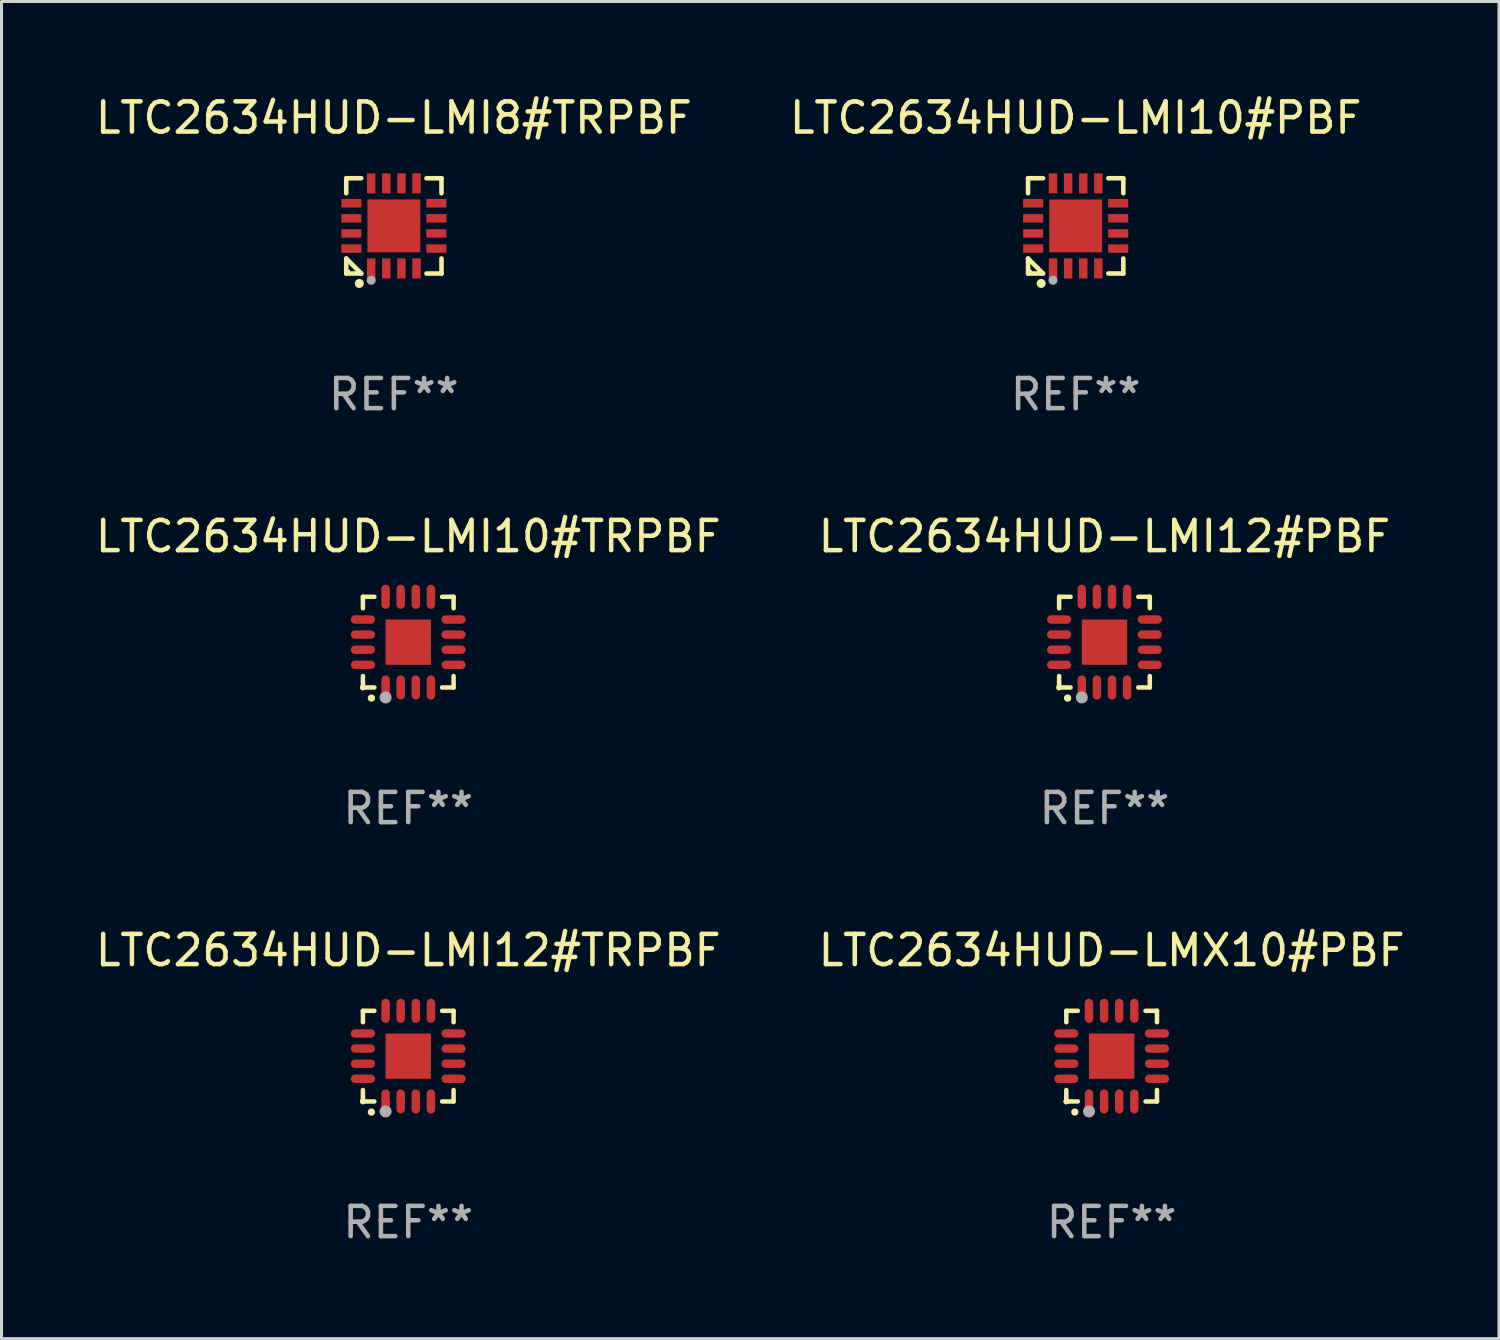
<source format=kicad_pcb>
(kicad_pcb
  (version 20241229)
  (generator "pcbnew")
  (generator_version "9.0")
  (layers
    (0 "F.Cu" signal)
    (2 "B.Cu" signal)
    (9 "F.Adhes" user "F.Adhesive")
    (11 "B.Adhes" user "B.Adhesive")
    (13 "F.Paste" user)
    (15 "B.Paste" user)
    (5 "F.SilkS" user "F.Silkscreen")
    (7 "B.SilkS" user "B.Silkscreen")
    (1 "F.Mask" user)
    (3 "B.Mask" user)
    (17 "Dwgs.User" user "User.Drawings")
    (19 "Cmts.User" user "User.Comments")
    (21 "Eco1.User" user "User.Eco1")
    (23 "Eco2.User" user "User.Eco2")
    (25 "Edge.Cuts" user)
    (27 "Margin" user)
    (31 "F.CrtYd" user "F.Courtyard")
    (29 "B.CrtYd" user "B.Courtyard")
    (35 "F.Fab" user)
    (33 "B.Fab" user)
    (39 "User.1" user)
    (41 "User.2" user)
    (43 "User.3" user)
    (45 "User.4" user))
  (footprint "LTC2634HUD-LMI12#TRPBF"
    (layer "F.Cu")
    (at 10.458 31.895)
    (property "Reference" "LTC2634HUD-LMI12#TRPBF" (at 0 -3.5 0) (layer "F.SilkS") (effects (font (size 1 1) (thickness 0.15))))
    (attr through_hole)
    (fp_line (start -1.5 -1.5) (end -1.121 -1.5) (stroke (width 0.15) (type solid)) (layer "F.SilkS"))
    (fp_line (start -1.5 -1.122) (end -1.5 -1.5) (stroke (width 0.15) (type solid)) (layer "F.SilkS"))
    (fp_line (start -1.5 1.5) (end -1.5 1.121) (stroke (width 0.15) (type solid)) (layer "F.SilkS"))
    (fp_line (start -1.121 1.5) (end -1.5 1.5) (stroke (width 0.15) (type solid)) (layer "F.SilkS"))
    (fp_line (start 1.121 -1.5) (end 1.5 -1.5) (stroke (width 0.15) (type solid)) (layer "F.SilkS"))
    (fp_line (start 1.5 -1.5) (end 1.5 -1.122) (stroke (width 0.15) (type solid)) (layer "F.SilkS"))
    (fp_line (start 1.5 1.121) (end 1.5 1.5) (stroke (width 0.15) (type solid)) (layer "F.SilkS"))
    (fp_line (start 1.5 1.5) (end 1.121 1.5) (stroke (width 0.15) (type solid)) (layer "F.SilkS"))
    (fp_arc (start -1.219926 1.850254) (mid -1.21891 1.85025) (end -1.217894 1.850254) (stroke (width 0.240005) (type solid)) (layer "F.SilkS"))
    (fp_circle (center -1.5 1.5) (end -1.45 1.5) (stroke (width 0.1) (type solid)) (fill no) (layer "F.SilkS"))
    (fp_circle (center -0.75 1.83) (end -0.65 1.83) (stroke (width 0.2) (type solid)) (fill no) (layer "F.Fab"))
    (fp_text user "REF**" (at 0 5.5 0) (layer "F.Fab") (effects (font (size 1 1) (thickness 0.15))))
    (pad "1" smd oval (at -0.75 1.5) (size 0.28 0.8) (layers "F.Cu" "F.Mask" "F.Paste"))
    (pad "2" smd oval (at -0.25 1.5) (size 0.28 0.8) (layers "F.Cu" "F.Mask" "F.Paste"))
    (pad "3" smd oval (at 0.25 1.5) (size 0.28 0.8) (layers "F.Cu" "F.Mask" "F.Paste"))
    (pad "4" smd oval (at 0.75 1.5) (size 0.28 0.8) (layers "F.Cu" "F.Mask" "F.Paste"))
    (pad "5" smd oval (at 1.5 0.75) (size 0.8 0.28) (layers "F.Cu" "F.Mask" "F.Paste"))
    (pad "6" smd oval (at 1.5 0.25) (size 0.8 0.28) (layers "F.Cu" "F.Mask" "F.Paste"))
    (pad "7" smd oval (at 1.5 -0.25) (size 0.8 0.28) (layers "F.Cu" "F.Mask" "F.Paste"))
    (pad "8" smd oval (at 1.5 -0.75) (size 0.8 0.28) (layers "F.Cu" "F.Mask" "F.Paste"))
    (pad "9" smd oval (at 0.75 -1.5) (size 0.28 0.8) (layers "F.Cu" "F.Mask" "F.Paste"))
    (pad "10" smd oval (at 0.25 -1.5) (size 0.28 0.8) (layers "F.Cu" "F.Mask" "F.Paste"))
    (pad "11" smd oval (at -0.25 -1.5) (size 0.28 0.8) (layers "F.Cu" "F.Mask" "F.Paste"))
    (pad "12" smd oval (at -0.75 -1.5) (size 0.28 0.8) (layers "F.Cu" "F.Mask" "F.Paste"))
    (pad "13" smd oval (at -1.5 -0.75) (size 0.8 0.28) (layers "F.Cu" "F.Mask" "F.Paste"))
    (pad "14" smd oval (at -1.5 -0.25) (size 0.8 0.28) (layers "F.Cu" "F.Mask" "F.Paste"))
    (pad "15" smd oval (at -1.5 0.25) (size 0.8 0.28) (layers "F.Cu" "F.Mask" "F.Paste"))
    (pad "16" smd oval (at -1.5 0.75) (size 0.8 0.28) (layers "F.Cu" "F.Mask" "F.Paste"))
    (pad "17" smd rect (at -0.000064 0.000165) (size 1.5 1.5) (layers "F.Cu" "F.Mask" "F.Paste")))
  (footprint "LTC2634HUD-LMI10#TRPBF"
    (layer "F.Cu")
    (at 10.458 18.197)
    (property "Reference" "LTC2634HUD-LMI10#TRPBF" (at 0 -3.5 0) (layer "F.SilkS") (effects (font (size 1 1) (thickness 0.15))))
    (attr through_hole)
    (fp_line (start -1.5 -1.5) (end -1.121 -1.5) (stroke (width 0.15) (type solid)) (layer "F.SilkS"))
    (fp_line (start -1.5 -1.122) (end -1.5 -1.5) (stroke (width 0.15) (type solid)) (layer "F.SilkS"))
    (fp_line (start -1.5 1.5) (end -1.5 1.121) (stroke (width 0.15) (type solid)) (layer "F.SilkS"))
    (fp_line (start -1.121 1.5) (end -1.5 1.5) (stroke (width 0.15) (type solid)) (layer "F.SilkS"))
    (fp_line (start 1.121 -1.5) (end 1.5 -1.5) (stroke (width 0.15) (type solid)) (layer "F.SilkS"))
    (fp_line (start 1.5 -1.5) (end 1.5 -1.122) (stroke (width 0.15) (type solid)) (layer "F.SilkS"))
    (fp_line (start 1.5 1.121) (end 1.5 1.5) (stroke (width 0.15) (type solid)) (layer "F.SilkS"))
    (fp_line (start 1.5 1.5) (end 1.121 1.5) (stroke (width 0.15) (type solid)) (layer "F.SilkS"))
    (fp_arc (start -1.219926 1.850254) (mid -1.21891 1.85025) (end -1.217894 1.850254) (stroke (width 0.240005) (type solid)) (layer "F.SilkS"))
    (fp_circle (center -1.5 1.5) (end -1.45 1.5) (stroke (width 0.1) (type solid)) (fill no) (layer "F.SilkS"))
    (fp_circle (center -0.75 1.83) (end -0.65 1.83) (stroke (width 0.2) (type solid)) (fill no) (layer "F.Fab"))
    (fp_text user "REF**" (at 0 5.5 0) (layer "F.Fab") (effects (font (size 1 1) (thickness 0.15))))
    (pad "1" smd oval (at -0.75 1.5) (size 0.28 0.8) (layers "F.Cu" "F.Mask" "F.Paste"))
    (pad "2" smd oval (at -0.25 1.5) (size 0.28 0.8) (layers "F.Cu" "F.Mask" "F.Paste"))
    (pad "3" smd oval (at 0.25 1.5) (size 0.28 0.8) (layers "F.Cu" "F.Mask" "F.Paste"))
    (pad "4" smd oval (at 0.75 1.5) (size 0.28 0.8) (layers "F.Cu" "F.Mask" "F.Paste"))
    (pad "5" smd oval (at 1.5 0.75) (size 0.8 0.28) (layers "F.Cu" "F.Mask" "F.Paste"))
    (pad "6" smd oval (at 1.5 0.25) (size 0.8 0.28) (layers "F.Cu" "F.Mask" "F.Paste"))
    (pad "7" smd oval (at 1.5 -0.25) (size 0.8 0.28) (layers "F.Cu" "F.Mask" "F.Paste"))
    (pad "8" smd oval (at 1.5 -0.75) (size 0.8 0.28) (layers "F.Cu" "F.Mask" "F.Paste"))
    (pad "9" smd oval (at 0.75 -1.5) (size 0.28 0.8) (layers "F.Cu" "F.Mask" "F.Paste"))
    (pad "10" smd oval (at 0.25 -1.5) (size 0.28 0.8) (layers "F.Cu" "F.Mask" "F.Paste"))
    (pad "11" smd oval (at -0.25 -1.5) (size 0.28 0.8) (layers "F.Cu" "F.Mask" "F.Paste"))
    (pad "12" smd oval (at -0.75 -1.5) (size 0.28 0.8) (layers "F.Cu" "F.Mask" "F.Paste"))
    (pad "13" smd oval (at -1.5 -0.75) (size 0.8 0.28) (layers "F.Cu" "F.Mask" "F.Paste"))
    (pad "14" smd oval (at -1.5 -0.25) (size 0.8 0.28) (layers "F.Cu" "F.Mask" "F.Paste"))
    (pad "15" smd oval (at -1.5 0.25) (size 0.8 0.28) (layers "F.Cu" "F.Mask" "F.Paste"))
    (pad "16" smd oval (at -1.5 0.75) (size 0.8 0.28) (layers "F.Cu" "F.Mask" "F.Paste"))
    (pad "17" smd rect (at -0.000064 0.000165) (size 1.5 1.5) (layers "F.Cu" "F.Mask" "F.Paste")))
  (footprint "LTC2634HUD-LMX10#PBF"
    (layer "F.Cu")
    (at 33.732 31.895)
    (property "Reference" "LTC2634HUD-LMX10#PBF" (at 0 -3.5 0) (layer "F.SilkS") (effects (font (size 1 1) (thickness 0.15))))
    (attr through_hole)
    (fp_line (start -1.5 -1.5) (end -1.121 -1.5) (stroke (width 0.15) (type solid)) (layer "F.SilkS"))
    (fp_line (start -1.5 -1.122) (end -1.5 -1.5) (stroke (width 0.15) (type solid)) (layer "F.SilkS"))
    (fp_line (start -1.5 1.5) (end -1.5 1.121) (stroke (width 0.15) (type solid)) (layer "F.SilkS"))
    (fp_line (start -1.121 1.5) (end -1.5 1.5) (stroke (width 0.15) (type solid)) (layer "F.SilkS"))
    (fp_line (start 1.121 -1.5) (end 1.5 -1.5) (stroke (width 0.15) (type solid)) (layer "F.SilkS"))
    (fp_line (start 1.5 -1.5) (end 1.5 -1.122) (stroke (width 0.15) (type solid)) (layer "F.SilkS"))
    (fp_line (start 1.5 1.121) (end 1.5 1.5) (stroke (width 0.15) (type solid)) (layer "F.SilkS"))
    (fp_line (start 1.5 1.5) (end 1.121 1.5) (stroke (width 0.15) (type solid)) (layer "F.SilkS"))
    (fp_arc (start -1.219926 1.850254) (mid -1.21891 1.85025) (end -1.217894 1.850254) (stroke (width 0.240005) (type solid)) (layer "F.SilkS"))
    (fp_circle (center -1.5 1.5) (end -1.45 1.5) (stroke (width 0.1) (type solid)) (fill no) (layer "F.SilkS"))
    (fp_circle (center -0.75 1.83) (end -0.65 1.83) (stroke (width 0.2) (type solid)) (fill no) (layer "F.Fab"))
    (fp_text user "REF**" (at 0 5.5 0) (layer "F.Fab") (effects (font (size 1 1) (thickness 0.15))))
    (pad "1" smd oval (at -0.75 1.5) (size 0.28 0.8) (layers "F.Cu" "F.Mask" "F.Paste"))
    (pad "2" smd oval (at -0.25 1.5) (size 0.28 0.8) (layers "F.Cu" "F.Mask" "F.Paste"))
    (pad "3" smd oval (at 0.25 1.5) (size 0.28 0.8) (layers "F.Cu" "F.Mask" "F.Paste"))
    (pad "4" smd oval (at 0.75 1.5) (size 0.28 0.8) (layers "F.Cu" "F.Mask" "F.Paste"))
    (pad "5" smd oval (at 1.5 0.75) (size 0.8 0.28) (layers "F.Cu" "F.Mask" "F.Paste"))
    (pad "6" smd oval (at 1.5 0.25) (size 0.8 0.28) (layers "F.Cu" "F.Mask" "F.Paste"))
    (pad "7" smd oval (at 1.5 -0.25) (size 0.8 0.28) (layers "F.Cu" "F.Mask" "F.Paste"))
    (pad "8" smd oval (at 1.5 -0.75) (size 0.8 0.28) (layers "F.Cu" "F.Mask" "F.Paste"))
    (pad "9" smd oval (at 0.75 -1.5) (size 0.28 0.8) (layers "F.Cu" "F.Mask" "F.Paste"))
    (pad "10" smd oval (at 0.25 -1.5) (size 0.28 0.8) (layers "F.Cu" "F.Mask" "F.Paste"))
    (pad "11" smd oval (at -0.25 -1.5) (size 0.28 0.8) (layers "F.Cu" "F.Mask" "F.Paste"))
    (pad "12" smd oval (at -0.75 -1.5) (size 0.28 0.8) (layers "F.Cu" "F.Mask" "F.Paste"))
    (pad "13" smd oval (at -1.5 -0.75) (size 0.8 0.28) (layers "F.Cu" "F.Mask" "F.Paste"))
    (pad "14" smd oval (at -1.5 -0.25) (size 0.8 0.28) (layers "F.Cu" "F.Mask" "F.Paste"))
    (pad "15" smd oval (at -1.5 0.25) (size 0.8 0.28) (layers "F.Cu" "F.Mask" "F.Paste"))
    (pad "16" smd oval (at -1.5 0.75) (size 0.8 0.28) (layers "F.Cu" "F.Mask" "F.Paste"))
    (pad "17" smd rect (at -0.000064 0.000165) (size 1.5 1.5) (layers "F.Cu" "F.Mask" "F.Paste")))
  (footprint "LTC2634HUD-LMI12#PBF"
    (layer "F.Cu")
    (at 33.494 18.197)
    (property "Reference" "LTC2634HUD-LMI12#PBF" (at 0 -3.5 0) (layer "F.SilkS") (effects (font (size 1 1) (thickness 0.15))))
    (attr through_hole)
    (fp_line (start -1.5 -1.5) (end -1.121 -1.5) (stroke (width 0.15) (type solid)) (layer "F.SilkS"))
    (fp_line (start -1.5 -1.122) (end -1.5 -1.5) (stroke (width 0.15) (type solid)) (layer "F.SilkS"))
    (fp_line (start -1.5 1.5) (end -1.5 1.121) (stroke (width 0.15) (type solid)) (layer "F.SilkS"))
    (fp_line (start -1.121 1.5) (end -1.5 1.5) (stroke (width 0.15) (type solid)) (layer "F.SilkS"))
    (fp_line (start 1.121 -1.5) (end 1.5 -1.5) (stroke (width 0.15) (type solid)) (layer "F.SilkS"))
    (fp_line (start 1.5 -1.5) (end 1.5 -1.122) (stroke (width 0.15) (type solid)) (layer "F.SilkS"))
    (fp_line (start 1.5 1.121) (end 1.5 1.5) (stroke (width 0.15) (type solid)) (layer "F.SilkS"))
    (fp_line (start 1.5 1.5) (end 1.121 1.5) (stroke (width 0.15) (type solid)) (layer "F.SilkS"))
    (fp_arc (start -1.219926 1.850254) (mid -1.21891 1.85025) (end -1.217894 1.850254) (stroke (width 0.240005) (type solid)) (layer "F.SilkS"))
    (fp_circle (center -1.5 1.5) (end -1.45 1.5) (stroke (width 0.1) (type solid)) (fill no) (layer "F.SilkS"))
    (fp_circle (center -0.75 1.83) (end -0.65 1.83) (stroke (width 0.2) (type solid)) (fill no) (layer "F.Fab"))
    (fp_text user "REF**" (at 0 5.5 0) (layer "F.Fab") (effects (font (size 1 1) (thickness 0.15))))
    (pad "1" smd oval (at -0.75 1.5) (size 0.28 0.8) (layers "F.Cu" "F.Mask" "F.Paste"))
    (pad "2" smd oval (at -0.25 1.5) (size 0.28 0.8) (layers "F.Cu" "F.Mask" "F.Paste"))
    (pad "3" smd oval (at 0.25 1.5) (size 0.28 0.8) (layers "F.Cu" "F.Mask" "F.Paste"))
    (pad "4" smd oval (at 0.75 1.5) (size 0.28 0.8) (layers "F.Cu" "F.Mask" "F.Paste"))
    (pad "5" smd oval (at 1.5 0.75) (size 0.8 0.28) (layers "F.Cu" "F.Mask" "F.Paste"))
    (pad "6" smd oval (at 1.5 0.25) (size 0.8 0.28) (layers "F.Cu" "F.Mask" "F.Paste"))
    (pad "7" smd oval (at 1.5 -0.25) (size 0.8 0.28) (layers "F.Cu" "F.Mask" "F.Paste"))
    (pad "8" smd oval (at 1.5 -0.75) (size 0.8 0.28) (layers "F.Cu" "F.Mask" "F.Paste"))
    (pad "9" smd oval (at 0.75 -1.5) (size 0.28 0.8) (layers "F.Cu" "F.Mask" "F.Paste"))
    (pad "10" smd oval (at 0.25 -1.5) (size 0.28 0.8) (layers "F.Cu" "F.Mask" "F.Paste"))
    (pad "11" smd oval (at -0.25 -1.5) (size 0.28 0.8) (layers "F.Cu" "F.Mask" "F.Paste"))
    (pad "12" smd oval (at -0.75 -1.5) (size 0.28 0.8) (layers "F.Cu" "F.Mask" "F.Paste"))
    (pad "13" smd oval (at -1.5 -0.75) (size 0.8 0.28) (layers "F.Cu" "F.Mask" "F.Paste"))
    (pad "14" smd oval (at -1.5 -0.25) (size 0.8 0.28) (layers "F.Cu" "F.Mask" "F.Paste"))
    (pad "15" smd oval (at -1.5 0.25) (size 0.8 0.28) (layers "F.Cu" "F.Mask" "F.Paste"))
    (pad "16" smd oval (at -1.5 0.75) (size 0.8 0.28) (layers "F.Cu" "F.Mask" "F.Paste"))
    (pad "17" smd rect (at -0.000064 0.000165) (size 1.5 1.5) (layers "F.Cu" "F.Mask" "F.Paste")))
  (footprint "LTC2634HUD-LMI10#PBF"
    (layer "F.Cu")
    (at 32.542 4.424)
    (property "Reference" "LTC2634HUD-LMI10#PBF" (at 0 -3.576 0) (layer "F.SilkS") (effects (font (size 1 1) (thickness 0.15))))
    (attr through_hole)
    (fp_line (start -1.576 -1.576) (end -1.08 -1.576) (stroke (width 0.152) (type solid)) (layer "F.SilkS"))
    (fp_line (start -1.576 -1.08) (end -1.576 -1.576) (stroke (width 0.152) (type solid)) (layer "F.SilkS"))
    (fp_line (start -1.576 1.08) (end -1.576 1.576) (stroke (width 0.152) (type solid)) (layer "F.SilkS"))
    (fp_line (start -1.576 1.576) (end -1.08 1.576) (stroke (width 0.152) (type solid)) (layer "F.SilkS"))
    (fp_line (start -1.08 1.576) (end -1.576 1.08) (stroke (width 0.152) (type solid)) (layer "F.SilkS"))
    (fp_line (start 1.576 -1.576) (end 1.08 -1.576) (stroke (width 0.152) (type solid)) (layer "F.SilkS"))
    (fp_line (start 1.576 -1.08) (end 1.576 -1.576) (stroke (width 0.152) (type solid)) (layer "F.SilkS"))
    (fp_line (start 1.576 1.08) (end 1.576 1.576) (stroke (width 0.152) (type solid)) (layer "F.SilkS"))
    (fp_line (start 1.576 1.576) (end 1.08 1.576) (stroke (width 0.152) (type solid)) (layer "F.SilkS"))
    (fp_circle (center -1.5 1.5) (end -1.47 1.5) (stroke (width 0.06) (type solid)) (fill no) (layer "F.SilkS"))
    (fp_circle (center -1.143 1.905) (end -1.068 1.905) (stroke (width 0.15) (type solid)) (fill no) (layer "F.SilkS"))
    (fp_circle (center -0.75 1.8) (end -0.675 1.8) (stroke (width 0.15) (type solid)) (fill no) (layer "F.Fab"))
    (fp_text user "REF**" (at 0 5.576 0) (layer "F.Fab") (effects (font (size 1 1) (thickness 0.15))))
    (pad "1" smd rect (at -0.75 1.407) (size 0.28 0.665) (layers "F.Cu" "F.Mask" "F.Paste"))
    (pad "2" smd rect (at -0.25 1.407) (size 0.28 0.665) (layers "F.Cu" "F.Mask" "F.Paste"))
    (pad "3" smd rect (at 0.25 1.407) (size 0.28 0.665) (layers "F.Cu" "F.Mask" "F.Paste"))
    (pad "4" smd rect (at 0.75 1.407) (size 0.28 0.665) (layers "F.Cu" "F.Mask" "F.Paste"))
    (pad "5" smd rect (at 1.407 0.75) (size 0.665 0.28) (layers "F.Cu" "F.Mask" "F.Paste"))
    (pad "6" smd rect (at 1.407 0.25) (size 0.665 0.28) (layers "F.Cu" "F.Mask" "F.Paste"))
    (pad "7" smd rect (at 1.407 -0.25) (size 0.665 0.28) (layers "F.Cu" "F.Mask" "F.Paste"))
    (pad "8" smd rect (at 1.407 -0.75) (size 0.665 0.28) (layers "F.Cu" "F.Mask" "F.Paste"))
    (pad "9" smd rect (at 0.75 -1.407) (size 0.28 0.665) (layers "F.Cu" "F.Mask" "F.Paste"))
    (pad "10" smd rect (at 0.25 -1.407) (size 0.28 0.665) (layers "F.Cu" "F.Mask" "F.Paste"))
    (pad "11" smd rect (at -0.25 -1.407) (size 0.28 0.665) (layers "F.Cu" "F.Mask" "F.Paste"))
    (pad "12" smd rect (at -0.75 -1.407) (size 0.28 0.665) (layers "F.Cu" "F.Mask" "F.Paste"))
    (pad "13" smd rect (at -1.407 -0.75) (size 0.665 0.28) (layers "F.Cu" "F.Mask" "F.Paste"))
    (pad "14" smd rect (at -1.407 -0.25) (size 0.665 0.28) (layers "F.Cu" "F.Mask" "F.Paste"))
    (pad "15" smd rect (at -1.407 0.25) (size 0.665 0.28) (layers "F.Cu" "F.Mask" "F.Paste"))
    (pad "16" smd rect (at -1.407 0.75) (size 0.665 0.28) (layers "F.Cu" "F.Mask" "F.Paste"))
    (pad "17" smd rect (at 0 0) (size 1.75 1.75) (layers "F.Cu" "F.Mask" "F.Paste")))
  (footprint "LTC2634HUD-LMI8#TRPBF"
    (layer "F.Cu")
    (at 9.982 4.424)
    (property "Reference" "LTC2634HUD-LMI8#TRPBF" (at 0 -3.576 0) (layer "F.SilkS") (effects (font (size 1 1) (thickness 0.15))))
    (attr through_hole)
    (fp_line (start -1.576 -1.576) (end -1.08 -1.576) (stroke (width 0.152) (type solid)) (layer "F.SilkS"))
    (fp_line (start -1.576 -1.08) (end -1.576 -1.576) (stroke (width 0.152) (type solid)) (layer "F.SilkS"))
    (fp_line (start -1.576 1.08) (end -1.576 1.576) (stroke (width 0.152) (type solid)) (layer "F.SilkS"))
    (fp_line (start -1.576 1.576) (end -1.08 1.576) (stroke (width 0.152) (type solid)) (layer "F.SilkS"))
    (fp_line (start -1.08 1.576) (end -1.576 1.08) (stroke (width 0.152) (type solid)) (layer "F.SilkS"))
    (fp_line (start 1.576 -1.576) (end 1.08 -1.576) (stroke (width 0.152) (type solid)) (layer "F.SilkS"))
    (fp_line (start 1.576 -1.08) (end 1.576 -1.576) (stroke (width 0.152) (type solid)) (layer "F.SilkS"))
    (fp_line (start 1.576 1.08) (end 1.576 1.576) (stroke (width 0.152) (type solid)) (layer "F.SilkS"))
    (fp_line (start 1.576 1.576) (end 1.08 1.576) (stroke (width 0.152) (type solid)) (layer "F.SilkS"))
    (fp_circle (center -1.5 1.5) (end -1.47 1.5) (stroke (width 0.06) (type solid)) (fill no) (layer "F.SilkS"))
    (fp_circle (center -1.143 1.905) (end -1.068 1.905) (stroke (width 0.15) (type solid)) (fill no) (layer "F.SilkS"))
    (fp_circle (center -0.75 1.8) (end -0.675 1.8) (stroke (width 0.15) (type solid)) (fill no) (layer "F.Fab"))
    (fp_text user "REF**" (at 0 5.576 0) (layer "F.Fab") (effects (font (size 1 1) (thickness 0.15))))
    (pad "1" smd rect (at -0.75 1.407) (size 0.28 0.665) (layers "F.Cu" "F.Mask" "F.Paste"))
    (pad "2" smd rect (at -0.25 1.407) (size 0.28 0.665) (layers "F.Cu" "F.Mask" "F.Paste"))
    (pad "3" smd rect (at 0.25 1.407) (size 0.28 0.665) (layers "F.Cu" "F.Mask" "F.Paste"))
    (pad "4" smd rect (at 0.75 1.407) (size 0.28 0.665) (layers "F.Cu" "F.Mask" "F.Paste"))
    (pad "5" smd rect (at 1.407 0.75) (size 0.665 0.28) (layers "F.Cu" "F.Mask" "F.Paste"))
    (pad "6" smd rect (at 1.407 0.25) (size 0.665 0.28) (layers "F.Cu" "F.Mask" "F.Paste"))
    (pad "7" smd rect (at 1.407 -0.25) (size 0.665 0.28) (layers "F.Cu" "F.Mask" "F.Paste"))
    (pad "8" smd rect (at 1.407 -0.75) (size 0.665 0.28) (layers "F.Cu" "F.Mask" "F.Paste"))
    (pad "9" smd rect (at 0.75 -1.407) (size 0.28 0.665) (layers "F.Cu" "F.Mask" "F.Paste"))
    (pad "10" smd rect (at 0.25 -1.407) (size 0.28 0.665) (layers "F.Cu" "F.Mask" "F.Paste"))
    (pad "11" smd rect (at -0.25 -1.407) (size 0.28 0.665) (layers "F.Cu" "F.Mask" "F.Paste"))
    (pad "12" smd rect (at -0.75 -1.407) (size 0.28 0.665) (layers "F.Cu" "F.Mask" "F.Paste"))
    (pad "13" smd rect (at -1.407 -0.75) (size 0.665 0.28) (layers "F.Cu" "F.Mask" "F.Paste"))
    (pad "14" smd rect (at -1.407 -0.25) (size 0.665 0.28) (layers "F.Cu" "F.Mask" "F.Paste"))
    (pad "15" smd rect (at -1.407 0.25) (size 0.665 0.28) (layers "F.Cu" "F.Mask" "F.Paste"))
    (pad "16" smd rect (at -1.407 0.75) (size 0.665 0.28) (layers "F.Cu" "F.Mask" "F.Paste"))
    (pad "17" smd rect (at 0 0) (size 1.75 1.75) (layers "F.Cu" "F.Mask" "F.Paste")))
  (gr_rect
    (start -3 -3)
    (end 46.548 41.243)
    (stroke (width 0.1) (type default))
    (fill no)
    (layer "Edge.Cuts")))
</source>
